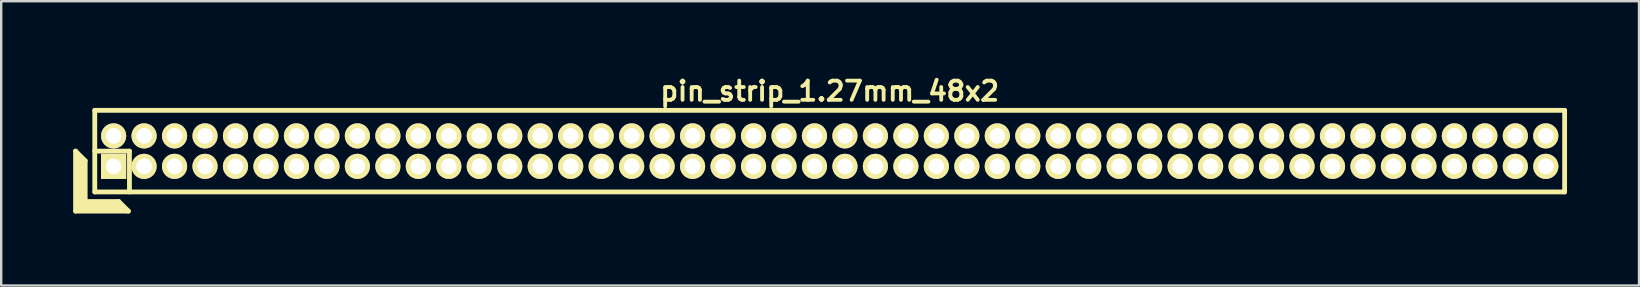
<source format=kicad_pcb>
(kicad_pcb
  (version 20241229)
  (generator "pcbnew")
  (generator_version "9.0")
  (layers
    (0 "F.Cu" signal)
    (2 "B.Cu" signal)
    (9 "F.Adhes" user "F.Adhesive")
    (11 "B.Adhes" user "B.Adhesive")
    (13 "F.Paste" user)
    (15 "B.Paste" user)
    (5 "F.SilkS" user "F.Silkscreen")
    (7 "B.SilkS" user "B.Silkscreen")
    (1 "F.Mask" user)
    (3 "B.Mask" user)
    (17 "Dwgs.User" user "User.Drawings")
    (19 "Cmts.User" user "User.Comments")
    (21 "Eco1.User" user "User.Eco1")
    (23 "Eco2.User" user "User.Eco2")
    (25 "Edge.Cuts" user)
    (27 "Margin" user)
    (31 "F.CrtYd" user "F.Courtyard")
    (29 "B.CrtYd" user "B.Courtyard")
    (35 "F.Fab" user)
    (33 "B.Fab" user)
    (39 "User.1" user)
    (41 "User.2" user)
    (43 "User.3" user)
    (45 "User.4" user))
  (footprint "pin_strip_1.27mm_48x2"
    (layer "F.Cu")
    (at 31.53 3.249)
    (property "Reference" "pin_strip_1.27mm_48x2" (at 0 -2.5 0) (layer "F.SilkS") (effects (font (size 0.8 0.8) (thickness 0.16))))
    (attr through_hole)
    (fp_line (start -31.43 0) (end -31.43 2.5) (stroke (width 0.2) (type solid)) (layer "F.SilkS"))
    (fp_line (start -31.43 0) (end -31.03 0.4) (stroke (width 0.2) (type solid)) (layer "F.SilkS"))
    (fp_line (start -31.43 2.5) (end -29.23 2.5) (stroke (width 0.2) (type solid)) (layer "F.SilkS"))
    (fp_line (start -31.33 2.4) (end -31.33 0.2) (stroke (width 0.2) (type solid)) (layer "F.SilkS"))
    (fp_line (start -31.33 2.4) (end -29.43 2.4) (stroke (width 0.2) (type solid)) (layer "F.SilkS"))
    (fp_line (start -31.23 2.3) (end -31.23 0.3) (stroke (width 0.2) (type solid)) (layer "F.SilkS"))
    (fp_line (start -31.23 2.3) (end -29.53 2.3) (stroke (width 0.2) (type solid)) (layer "F.SilkS"))
    (fp_line (start -31.13 2.2) (end -31.13 0.4) (stroke (width 0.2) (type solid)) (layer "F.SilkS"))
    (fp_line (start -31.13 2.2) (end -29.63 2.2) (stroke (width 0.2) (type solid)) (layer "F.SilkS"))
    (fp_line (start -31.03 2.1) (end -31.03 0.4) (stroke (width 0.2) (type solid)) (layer "F.SilkS"))
    (fp_line (start -31.03 2.1) (end -29.63 2.1) (stroke (width 0.2) (type solid)) (layer "F.SilkS"))
    (fp_line (start -30.635 0) (end -29.185 0) (stroke (width 0.2) (type solid)) (layer "F.SilkS"))
    (fp_line (start -30.63 -1.7) (end 30.63 -1.7) (stroke (width 0.2) (type solid)) (layer "F.SilkS"))
    (fp_line (start -30.63 1.7) (end -30.63 -1.7) (stroke (width 0.2) (type solid)) (layer "F.SilkS"))
    (fp_line (start -29.63 2.1) (end -29.23 2.5) (stroke (width 0.2) (type solid)) (layer "F.SilkS"))
    (fp_line (start -29.185 0) (end -29.185 1.7) (stroke (width 0.2) (type solid)) (layer "F.SilkS"))
    (fp_line (start 30.63 -1.7) (end 30.63 1.7) (stroke (width 0.2) (type solid)) (layer "F.SilkS"))
    (fp_line (start 30.63 1.7) (end -30.63 1.7) (stroke (width 0.2) (type solid)) (layer "F.SilkS"))
    (pad "1" thru_hole rect (at -29.845 0.635) (size 1.05 1.05) (drill 0.65) (layers "*.Cu" "*.Mask" "F.SilkS"))
    (pad "2" thru_hole oval (at -29.845 -0.635) (size 1.05 1.05) (drill 0.65) (layers "*.Cu" "*.Mask" "F.SilkS"))
    (pad "3" thru_hole oval (at -28.575 0.635) (size 1.05 1.05) (drill 0.65) (layers "*.Cu" "*.Mask" "F.SilkS"))
    (pad "4" thru_hole oval (at -28.575 -0.635) (size 1.05 1.05) (drill 0.65) (layers "*.Cu" "*.Mask" "F.SilkS"))
    (pad "5" thru_hole oval (at -27.305 0.635) (size 1.05 1.05) (drill 0.65) (layers "*.Cu" "*.Mask" "F.SilkS"))
    (pad "6" thru_hole oval (at -27.305 -0.635) (size 1.05 1.05) (drill 0.65) (layers "*.Cu" "*.Mask" "F.SilkS"))
    (pad "7" thru_hole oval (at -26.035 0.635) (size 1.05 1.05) (drill 0.65) (layers "*.Cu" "*.Mask" "F.SilkS"))
    (pad "8" thru_hole oval (at -26.035 -0.635) (size 1.05 1.05) (drill 0.65) (layers "*.Cu" "*.Mask" "F.SilkS"))
    (pad "9" thru_hole oval (at -24.765 0.635) (size 1.05 1.05) (drill 0.65) (layers "*.Cu" "*.Mask" "F.SilkS"))
    (pad "10" thru_hole oval (at -24.765 -0.635) (size 1.05 1.05) (drill 0.65) (layers "*.Cu" "*.Mask" "F.SilkS"))
    (pad "11" thru_hole oval (at -23.495 0.635) (size 1.05 1.05) (drill 0.65) (layers "*.Cu" "*.Mask" "F.SilkS"))
    (pad "12" thru_hole oval (at -23.495 -0.635) (size 1.05 1.05) (drill 0.65) (layers "*.Cu" "*.Mask" "F.SilkS"))
    (pad "13" thru_hole oval (at -22.225 0.635) (size 1.05 1.05) (drill 0.65) (layers "*.Cu" "*.Mask" "F.SilkS"))
    (pad "14" thru_hole oval (at -22.225 -0.635) (size 1.05 1.05) (drill 0.65) (layers "*.Cu" "*.Mask" "F.SilkS"))
    (pad "15" thru_hole oval (at -20.955 0.635) (size 1.05 1.05) (drill 0.65) (layers "*.Cu" "*.Mask" "F.SilkS"))
    (pad "16" thru_hole oval (at -20.955 -0.635) (size 1.05 1.05) (drill 0.65) (layers "*.Cu" "*.Mask" "F.SilkS"))
    (pad "17" thru_hole oval (at -19.685 0.635) (size 1.05 1.05) (drill 0.65) (layers "*.Cu" "*.Mask" "F.SilkS"))
    (pad "18" thru_hole oval (at -19.685 -0.635) (size 1.05 1.05) (drill 0.65) (layers "*.Cu" "*.Mask" "F.SilkS"))
    (pad "19" thru_hole oval (at -18.415 0.635) (size 1.05 1.05) (drill 0.65) (layers "*.Cu" "*.Mask" "F.SilkS"))
    (pad "20" thru_hole oval (at -18.415 -0.635) (size 1.05 1.05) (drill 0.65) (layers "*.Cu" "*.Mask" "F.SilkS"))
    (pad "21" thru_hole oval (at -17.145 0.635) (size 1.05 1.05) (drill 0.65) (layers "*.Cu" "*.Mask" "F.SilkS"))
    (pad "22" thru_hole oval (at -17.145 -0.635) (size 1.05 1.05) (drill 0.65) (layers "*.Cu" "*.Mask" "F.SilkS"))
    (pad "23" thru_hole oval (at -15.875 0.635) (size 1.05 1.05) (drill 0.65) (layers "*.Cu" "*.Mask" "F.SilkS"))
    (pad "24" thru_hole oval (at -15.875 -0.635) (size 1.05 1.05) (drill 0.65) (layers "*.Cu" "*.Mask" "F.SilkS"))
    (pad "25" thru_hole oval (at -14.605 0.635) (size 1.05 1.05) (drill 0.65) (layers "*.Cu" "*.Mask" "F.SilkS"))
    (pad "26" thru_hole oval (at -14.605 -0.635) (size 1.05 1.05) (drill 0.65) (layers "*.Cu" "*.Mask" "F.SilkS"))
    (pad "27" thru_hole oval (at -13.335 0.635) (size 1.05 1.05) (drill 0.65) (layers "*.Cu" "*.Mask" "F.SilkS"))
    (pad "28" thru_hole oval (at -13.335 -0.635) (size 1.05 1.05) (drill 0.65) (layers "*.Cu" "*.Mask" "F.SilkS"))
    (pad "29" thru_hole oval (at -12.065 0.635) (size 1.05 1.05) (drill 0.65) (layers "*.Cu" "*.Mask" "F.SilkS"))
    (pad "30" thru_hole oval (at -12.065 -0.635) (size 1.05 1.05) (drill 0.65) (layers "*.Cu" "*.Mask" "F.SilkS"))
    (pad "31" thru_hole oval (at -10.795 0.635) (size 1.05 1.05) (drill 0.65) (layers "*.Cu" "*.Mask" "F.SilkS"))
    (pad "32" thru_hole oval (at -10.795 -0.635) (size 1.05 1.05) (drill 0.65) (layers "*.Cu" "*.Mask" "F.SilkS"))
    (pad "33" thru_hole oval (at -9.525 0.635) (size 1.05 1.05) (drill 0.65) (layers "*.Cu" "*.Mask" "F.SilkS"))
    (pad "34" thru_hole oval (at -9.525 -0.635) (size 1.05 1.05) (drill 0.65) (layers "*.Cu" "*.Mask" "F.SilkS"))
    (pad "35" thru_hole oval (at -8.255 0.635) (size 1.05 1.05) (drill 0.65) (layers "*.Cu" "*.Mask" "F.SilkS"))
    (pad "36" thru_hole oval (at -8.255 -0.635) (size 1.05 1.05) (drill 0.65) (layers "*.Cu" "*.Mask" "F.SilkS"))
    (pad "37" thru_hole oval (at -6.985 0.635) (size 1.05 1.05) (drill 0.65) (layers "*.Cu" "*.Mask" "F.SilkS"))
    (pad "38" thru_hole oval (at -6.985 -0.635) (size 1.05 1.05) (drill 0.65) (layers "*.Cu" "*.Mask" "F.SilkS"))
    (pad "39" thru_hole oval (at -5.715 0.635) (size 1.05 1.05) (drill 0.65) (layers "*.Cu" "*.Mask" "F.SilkS"))
    (pad "40" thru_hole oval (at -5.715 -0.635) (size 1.05 1.05) (drill 0.65) (layers "*.Cu" "*.Mask" "F.SilkS"))
    (pad "41" thru_hole oval (at -4.445 0.635) (size 1.05 1.05) (drill 0.65) (layers "*.Cu" "*.Mask" "F.SilkS"))
    (pad "42" thru_hole oval (at -4.445 -0.635) (size 1.05 1.05) (drill 0.65) (layers "*.Cu" "*.Mask" "F.SilkS"))
    (pad "43" thru_hole oval (at -3.175 0.635) (size 1.05 1.05) (drill 0.65) (layers "*.Cu" "*.Mask" "F.SilkS"))
    (pad "44" thru_hole oval (at -3.175 -0.635) (size 1.05 1.05) (drill 0.65) (layers "*.Cu" "*.Mask" "F.SilkS"))
    (pad "45" thru_hole oval (at -1.905 0.635) (size 1.05 1.05) (drill 0.65) (layers "*.Cu" "*.Mask" "F.SilkS"))
    (pad "46" thru_hole oval (at -1.905 -0.635) (size 1.05 1.05) (drill 0.65) (layers "*.Cu" "*.Mask" "F.SilkS"))
    (pad "47" thru_hole oval (at -0.635 0.635) (size 1.05 1.05) (drill 0.65) (layers "*.Cu" "*.Mask" "F.SilkS"))
    (pad "48" thru_hole oval (at -0.635 -0.635) (size 1.05 1.05) (drill 0.65) (layers "*.Cu" "*.Mask" "F.SilkS"))
    (pad "49" thru_hole oval (at 0.635 0.635) (size 1.05 1.05) (drill 0.65) (layers "*.Cu" "*.Mask" "F.SilkS"))
    (pad "50" thru_hole oval (at 0.635 -0.635) (size 1.05 1.05) (drill 0.65) (layers "*.Cu" "*.Mask" "F.SilkS"))
    (pad "51" thru_hole circle (at 1.905 0.635) (size 1.05 1.05) (drill 0.65) (layers "*.Cu" "*.Mask" "F.SilkS"))
    (pad "52" thru_hole oval (at 1.905 -0.635) (size 1.05 1.05) (drill 0.65) (layers "*.Cu" "*.Mask" "F.SilkS"))
    (pad "53" thru_hole oval (at 3.175 0.635) (size 1.05 1.05) (drill 0.65) (layers "*.Cu" "*.Mask" "F.SilkS"))
    (pad "54" thru_hole oval (at 3.175 -0.635) (size 1.05 1.05) (drill 0.65) (layers "*.Cu" "*.Mask" "F.SilkS"))
    (pad "55" thru_hole oval (at 4.445 0.635) (size 1.05 1.05) (drill 0.65) (layers "*.Cu" "*.Mask" "F.SilkS"))
    (pad "56" thru_hole oval (at 4.445 -0.635) (size 1.05 1.05) (drill 0.65) (layers "*.Cu" "*.Mask" "F.SilkS"))
    (pad "57" thru_hole oval (at 5.715 0.635) (size 1.05 1.05) (drill 0.65) (layers "*.Cu" "*.Mask" "F.SilkS"))
    (pad "58" thru_hole oval (at 5.715 -0.635) (size 1.05 1.05) (drill 0.65) (layers "*.Cu" "*.Mask" "F.SilkS"))
    (pad "59" thru_hole oval (at 6.985 0.635) (size 1.05 1.05) (drill 0.65) (layers "*.Cu" "*.Mask" "F.SilkS"))
    (pad "60" thru_hole oval (at 6.985 -0.635) (size 1.05 1.05) (drill 0.65) (layers "*.Cu" "*.Mask" "F.SilkS"))
    (pad "61" thru_hole oval (at 8.255 0.635) (size 1.05 1.05) (drill 0.65) (layers "*.Cu" "*.Mask" "F.SilkS"))
    (pad "62" thru_hole oval (at 8.255 -0.635) (size 1.05 1.05) (drill 0.65) (layers "*.Cu" "*.Mask" "F.SilkS"))
    (pad "63" thru_hole oval (at 9.525 0.635) (size 1.05 1.05) (drill 0.65) (layers "*.Cu" "*.Mask" "F.SilkS"))
    (pad "64" thru_hole oval (at 9.525 -0.635) (size 1.05 1.05) (drill 0.65) (layers "*.Cu" "*.Mask" "F.SilkS"))
    (pad "65" thru_hole oval (at 10.795 0.635) (size 1.05 1.05) (drill 0.65) (layers "*.Cu" "*.Mask" "F.SilkS"))
    (pad "66" thru_hole oval (at 10.795 -0.635) (size 1.05 1.05) (drill 0.65) (layers "*.Cu" "*.Mask" "F.SilkS"))
    (pad "67" thru_hole oval (at 12.065 0.635) (size 1.05 1.05) (drill 0.65) (layers "*.Cu" "*.Mask" "F.SilkS"))
    (pad "68" thru_hole oval (at 12.065 -0.635) (size 1.05 1.05) (drill 0.65) (layers "*.Cu" "*.Mask" "F.SilkS"))
    (pad "69" thru_hole oval (at 13.335 0.635) (size 1.05 1.05) (drill 0.65) (layers "*.Cu" "*.Mask" "F.SilkS"))
    (pad "70" thru_hole oval (at 13.335 -0.635) (size 1.05 1.05) (drill 0.65) (layers "*.Cu" "*.Mask" "F.SilkS"))
    (pad "71" thru_hole oval (at 14.605 0.635) (size 1.05 1.05) (drill 0.65) (layers "*.Cu" "*.Mask" "F.SilkS"))
    (pad "72" thru_hole oval (at 14.605 -0.635) (size 1.05 1.05) (drill 0.65) (layers "*.Cu" "*.Mask" "F.SilkS"))
    (pad "73" thru_hole oval (at 15.875 0.635) (size 1.05 1.05) (drill 0.65) (layers "*.Cu" "*.Mask" "F.SilkS"))
    (pad "74" thru_hole oval (at 15.875 -0.635) (size 1.05 1.05) (drill 0.65) (layers "*.Cu" "*.Mask" "F.SilkS"))
    (pad "75" thru_hole oval (at 17.145 0.635) (size 1.05 1.05) (drill 0.65) (layers "*.Cu" "*.Mask" "F.SilkS"))
    (pad "76" thru_hole oval (at 17.145 -0.635) (size 1.05 1.05) (drill 0.65) (layers "*.Cu" "*.Mask" "F.SilkS"))
    (pad "77" thru_hole oval (at 18.415 0.635) (size 1.05 1.05) (drill 0.65) (layers "*.Cu" "*.Mask" "F.SilkS"))
    (pad "78" thru_hole oval (at 18.415 -0.635) (size 1.05 1.05) (drill 0.65) (layers "*.Cu" "*.Mask" "F.SilkS"))
    (pad "79" thru_hole oval (at 19.685 0.635) (size 1.05 1.05) (drill 0.65) (layers "*.Cu" "*.Mask" "F.SilkS"))
    (pad "80" thru_hole oval (at 19.685 -0.635) (size 1.05 1.05) (drill 0.65) (layers "*.Cu" "*.Mask" "F.SilkS"))
    (pad "81" thru_hole oval (at 20.955 0.635) (size 1.05 1.05) (drill 0.65) (layers "*.Cu" "*.Mask" "F.SilkS"))
    (pad "82" thru_hole oval (at 20.955 -0.635) (size 1.05 1.05) (drill 0.65) (layers "*.Cu" "*.Mask" "F.SilkS"))
    (pad "83" thru_hole oval (at 22.225 0.635) (size 1.05 1.05) (drill 0.65) (layers "*.Cu" "*.Mask" "F.SilkS"))
    (pad "84" thru_hole oval (at 22.225 -0.635) (size 1.05 1.05) (drill 0.65) (layers "*.Cu" "*.Mask" "F.SilkS"))
    (pad "85" thru_hole oval (at 23.495 0.635) (size 1.05 1.05) (drill 0.65) (layers "*.Cu" "*.Mask" "F.SilkS"))
    (pad "86" thru_hole oval (at 23.495 -0.635) (size 1.05 1.05) (drill 0.65) (layers "*.Cu" "*.Mask" "F.SilkS"))
    (pad "87" thru_hole oval (at 24.765 0.635) (size 1.05 1.05) (drill 0.65) (layers "*.Cu" "*.Mask" "F.SilkS"))
    (pad "88" thru_hole oval (at 24.765 -0.635) (size 1.05 1.05) (drill 0.65) (layers "*.Cu" "*.Mask" "F.SilkS"))
    (pad "89" thru_hole oval (at 26.035 0.635) (size 1.05 1.05) (drill 0.65) (layers "*.Cu" "*.Mask" "F.SilkS"))
    (pad "90" thru_hole oval (at 26.035 -0.635) (size 1.05 1.05) (drill 0.65) (layers "*.Cu" "*.Mask" "F.SilkS"))
    (pad "91" thru_hole oval (at 27.305 0.635) (size 1.05 1.05) (drill 0.65) (layers "*.Cu" "*.Mask" "F.SilkS"))
    (pad "92" thru_hole oval (at 27.305 -0.635) (size 1.05 1.05) (drill 0.65) (layers "*.Cu" "*.Mask" "F.SilkS"))
    (pad "93" thru_hole oval (at 28.575 0.635) (size 1.05 1.05) (drill 0.65) (layers "*.Cu" "*.Mask" "F.SilkS"))
    (pad "94" thru_hole oval (at 28.575 -0.635) (size 1.05 1.05) (drill 0.65) (layers "*.Cu" "*.Mask" "F.SilkS"))
    (pad "95" thru_hole oval (at 29.845 0.635) (size 1.05 1.05) (drill 0.65) (layers "*.Cu" "*.Mask" "F.SilkS"))
    (pad "96" thru_hole oval (at 29.845 -0.635) (size 1.05 1.05) (drill 0.65) (layers "*.Cu" "*.Mask" "F.SilkS")))
  (gr_rect
    (start -3 -3)
    (end 65.26 8.849)
    (stroke (width 0.1) (type default))
    (fill no)
    (layer "Edge.Cuts")))
</source>
